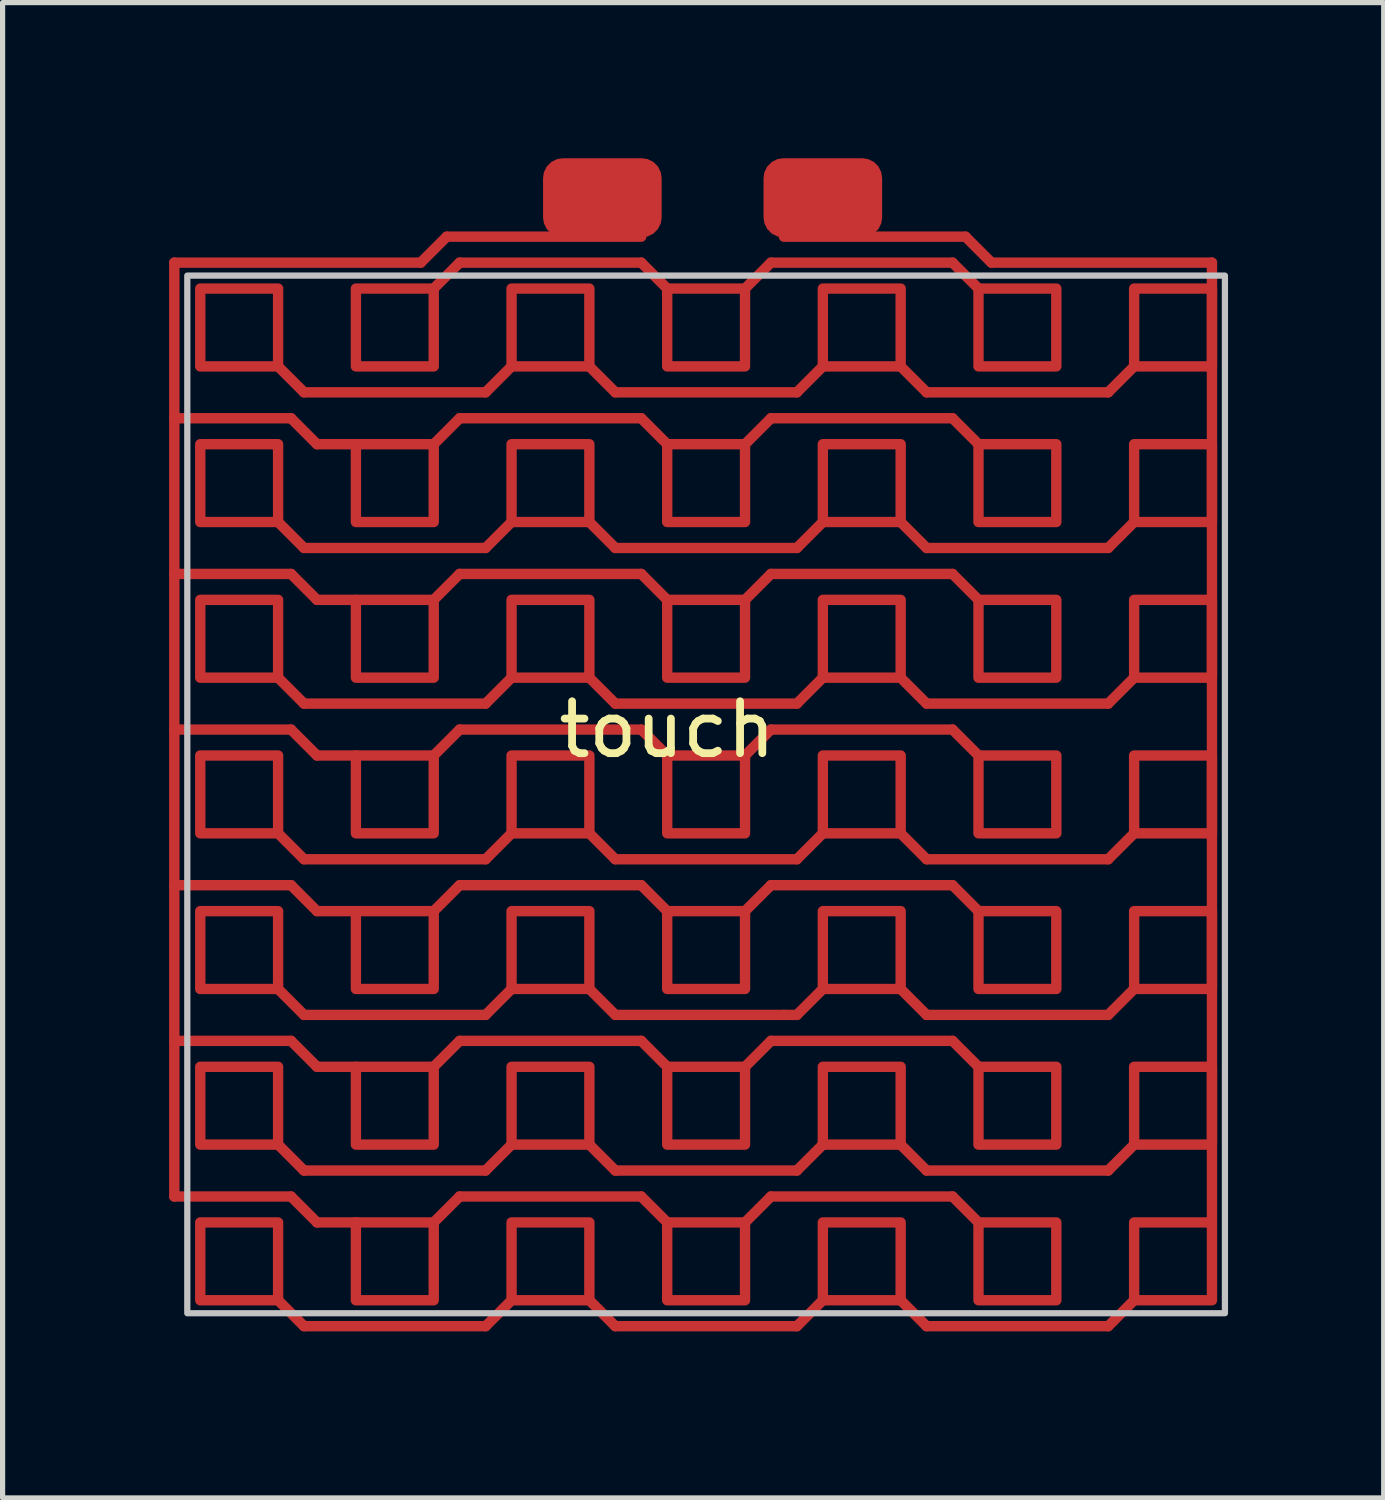
<source format=kicad_pcb>
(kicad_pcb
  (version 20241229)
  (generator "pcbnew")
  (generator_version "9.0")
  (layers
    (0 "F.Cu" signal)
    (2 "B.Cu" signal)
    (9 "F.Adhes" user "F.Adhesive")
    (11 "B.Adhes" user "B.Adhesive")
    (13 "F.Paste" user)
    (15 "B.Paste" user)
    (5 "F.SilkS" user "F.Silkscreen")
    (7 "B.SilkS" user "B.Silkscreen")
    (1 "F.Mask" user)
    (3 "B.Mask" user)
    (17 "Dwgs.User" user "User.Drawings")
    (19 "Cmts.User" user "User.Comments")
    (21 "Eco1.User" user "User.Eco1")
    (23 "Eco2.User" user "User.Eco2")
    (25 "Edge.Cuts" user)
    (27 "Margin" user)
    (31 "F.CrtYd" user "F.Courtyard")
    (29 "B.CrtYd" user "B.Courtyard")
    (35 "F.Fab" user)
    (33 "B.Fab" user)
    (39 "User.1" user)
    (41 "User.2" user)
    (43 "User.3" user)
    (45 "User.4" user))
  (footprint "touch"
    (layer "F.Cu")
    (at 10.56 12.262)
    (property "Reference" "touch" (at -0.75 -1.25 0) (unlocked yes) (layer "F.SilkS") (effects (font (size 1 1) (thickness 0.15))))
    (attr smd)
    (fp_line (start -10.25 -10.25) (end -5.5 -10.25) (stroke (width 0.2) (type solid)) (layer "F.Cu"))
    (fp_line (start -10.25 7.75) (end -10.25 -10.25) (stroke (width 0.2) (type solid)) (layer "F.Cu"))
    (fp_line (start -8.25 -8.25) (end -7.75 -7.75) (stroke (width 0.2) (type solid)) (layer "F.Cu"))
    (fp_line (start -8.25 -5.25) (end -7.75 -4.75) (stroke (width 0.2) (type solid)) (layer "F.Cu"))
    (fp_line (start -8.25 -2.25) (end -7.75 -1.75) (stroke (width 0.2) (type solid)) (layer "F.Cu"))
    (fp_line (start -8.25 0.75) (end -7.75 1.25) (stroke (width 0.2) (type solid)) (layer "F.Cu"))
    (fp_line (start -8.25 3.75) (end -7.75 4.25) (stroke (width 0.2) (type solid)) (layer "F.Cu"))
    (fp_line (start -8.25 6.75) (end -7.75 7.25) (stroke (width 0.2) (type solid)) (layer "F.Cu"))
    (fp_line (start -8.25 9.75) (end -7.75 10.25) (stroke (width 0.2) (type solid)) (layer "F.Cu"))
    (fp_line (start -8 -7.25) (end -10.25 -7.25) (stroke (width 0.2) (type solid)) (layer "F.Cu"))
    (fp_line (start -8 -4.25) (end -10.25 -4.25) (stroke (width 0.2) (type solid)) (layer "F.Cu"))
    (fp_line (start -8 -1.25) (end -10.25 -1.25) (stroke (width 0.2) (type solid)) (layer "F.Cu"))
    (fp_line (start -8 1.75) (end -10.25 1.75) (stroke (width 0.2) (type solid)) (layer "F.Cu"))
    (fp_line (start -8 4.75) (end -10.25 4.75) (stroke (width 0.2) (type solid)) (layer "F.Cu"))
    (fp_line (start -8 7.75) (end -10.25 7.75) (stroke (width 0.2) (type solid)) (layer "F.Cu"))
    (fp_line (start -7.75 -7.75) (end -4.25 -7.75) (stroke (width 0.2) (type solid)) (layer "F.Cu"))
    (fp_line (start -7.75 -4.75) (end -4.25 -4.75) (stroke (width 0.2) (type solid)) (layer "F.Cu"))
    (fp_line (start -7.75 -1.75) (end -4.25 -1.75) (stroke (width 0.2) (type solid)) (layer "F.Cu"))
    (fp_line (start -7.75 1.25) (end -4.25 1.25) (stroke (width 0.2) (type solid)) (layer "F.Cu"))
    (fp_line (start -7.75 4.25) (end -4.25 4.25) (stroke (width 0.2) (type solid)) (layer "F.Cu"))
    (fp_line (start -7.75 7.25) (end -4.25 7.25) (stroke (width 0.2) (type solid)) (layer "F.Cu"))
    (fp_line (start -7.75 10.25) (end -4.25 10.25) (stroke (width 0.2) (type solid)) (layer "F.Cu"))
    (fp_line (start -7.5 -6.75) (end -8 -7.25) (stroke (width 0.2) (type solid)) (layer "F.Cu"))
    (fp_line (start -7.5 -3.75) (end -8 -4.25) (stroke (width 0.2) (type solid)) (layer "F.Cu"))
    (fp_line (start -7.5 -0.75) (end -8 -1.25) (stroke (width 0.2) (type solid)) (layer "F.Cu"))
    (fp_line (start -7.5 2.25) (end -8 1.75) (stroke (width 0.2) (type solid)) (layer "F.Cu"))
    (fp_line (start -7.5 5.25) (end -8 4.75) (stroke (width 0.2) (type solid)) (layer "F.Cu"))
    (fp_line (start -7.5 8.25) (end -8 7.75) (stroke (width 0.2) (type solid)) (layer "F.Cu"))
    (fp_line (start -6.75 -6.75) (end -7.5 -6.75) (stroke (width 0.2) (type solid)) (layer "F.Cu"))
    (fp_line (start -6.75 -3.75) (end -7.5 -3.75) (stroke (width 0.2) (type solid)) (layer "F.Cu"))
    (fp_line (start -6.75 -0.75) (end -7.5 -0.75) (stroke (width 0.2) (type solid)) (layer "F.Cu"))
    (fp_line (start -6.75 2.25) (end -7.5 2.25) (stroke (width 0.2) (type solid)) (layer "F.Cu"))
    (fp_line (start -6.75 5.25) (end -7.5 5.25) (stroke (width 0.2) (type solid)) (layer "F.Cu"))
    (fp_line (start -6.75 8.25) (end -7.5 8.25) (stroke (width 0.2) (type solid)) (layer "F.Cu"))
    (fp_line (start -5.5 -10.25) (end -5 -10.75) (stroke (width 0.2) (type solid)) (layer "F.Cu"))
    (fp_line (start -5.25 -6.75) (end -4.75 -7.25) (stroke (width 0.2) (type solid)) (layer "F.Cu"))
    (fp_line (start -5.25 -3.75) (end -4.75 -4.25) (stroke (width 0.2) (type solid)) (layer "F.Cu"))
    (fp_line (start -5.25 2.25) (end -4.75 1.75) (stroke (width 0.2) (type solid)) (layer "F.Cu"))
    (fp_line (start -5.25 5.25) (end -4.75 4.75) (stroke (width 0.2) (type solid)) (layer "F.Cu"))
    (fp_line (start -5.25 8.25) (end -4.75 7.75) (stroke (width 0.2) (type solid)) (layer "F.Cu"))
    (fp_line (start -5 -10.75) (end -1.25 -10.75) (stroke (width 0.2) (type solid)) (layer "F.Cu"))
    (fp_line (start -4.75 -10.25) (end -5.25 -9.75) (stroke (width 0.2) (type solid)) (layer "F.Cu"))
    (fp_line (start -4.75 -7.25) (end -1.25 -7.25) (stroke (width 0.2) (type solid)) (layer "F.Cu"))
    (fp_line (start -4.75 -4.25) (end -1.25 -4.25) (stroke (width 0.2) (type solid)) (layer "F.Cu"))
    (fp_line (start -4.75 -1.25) (end -5.25 -0.75) (stroke (width 0.2) (type solid)) (layer "F.Cu"))
    (fp_line (start -4.75 4.75) (end -1.25 4.75) (stroke (width 0.2) (type solid)) (layer "F.Cu"))
    (fp_line (start -4.75 7.75) (end -1.25 7.75) (stroke (width 0.2) (type solid)) (layer "F.Cu"))
    (fp_line (start -4.25 -7.75) (end -3.75 -8.25) (stroke (width 0.2) (type solid)) (layer "F.Cu"))
    (fp_line (start -4.25 -4.75) (end -3.75 -5.25) (stroke (width 0.2) (type solid)) (layer "F.Cu"))
    (fp_line (start -4.25 -1.75) (end -3.75 -2.25) (stroke (width 0.2) (type solid)) (layer "F.Cu"))
    (fp_line (start -4.25 1.25) (end -3.75 0.75) (stroke (width 0.2) (type solid)) (layer "F.Cu"))
    (fp_line (start -4.25 4.25) (end -3.75 3.75) (stroke (width 0.2) (type solid)) (layer "F.Cu"))
    (fp_line (start -4.25 7.25) (end -3.75 6.75) (stroke (width 0.2) (type solid)) (layer "F.Cu"))
    (fp_line (start -4.25 10.25) (end -3.75 9.75) (stroke (width 0.2) (type solid)) (layer "F.Cu"))
    (fp_line (start -2.25 -8.25) (end -1.75 -7.75) (stroke (width 0.2) (type solid)) (layer "F.Cu"))
    (fp_line (start -2.25 -5.25) (end -1.75 -4.75) (stroke (width 0.2) (type solid)) (layer "F.Cu"))
    (fp_line (start -2.25 -2.25) (end -1.75 -1.75) (stroke (width 0.2) (type solid)) (layer "F.Cu"))
    (fp_line (start -2.25 0.75) (end -1.75 1.25) (stroke (width 0.2) (type solid)) (layer "F.Cu"))
    (fp_line (start -2.25 3.75) (end -1.75 4.25) (stroke (width 0.2) (type solid)) (layer "F.Cu"))
    (fp_line (start -2.25 6.75) (end -1.75 7.25) (stroke (width 0.2) (type solid)) (layer "F.Cu"))
    (fp_line (start -2.25 9.75) (end -1.75 10.25) (stroke (width 0.2) (type solid)) (layer "F.Cu"))
    (fp_line (start -1.75 -7.75) (end 1.75 -7.75) (stroke (width 0.2) (type solid)) (layer "F.Cu"))
    (fp_line (start -1.75 -4.75) (end 1.75 -4.75) (stroke (width 0.2) (type solid)) (layer "F.Cu"))
    (fp_line (start -1.75 -1.75) (end 1.75 -1.75) (stroke (width 0.2) (type solid)) (layer "F.Cu"))
    (fp_line (start -1.75 1.25) (end 1.75 1.25) (stroke (width 0.2) (type solid)) (layer "F.Cu"))
    (fp_line (start -1.75 4.25) (end 1.5 4.25) (stroke (width 0.2) (type solid)) (layer "F.Cu"))
    (fp_line (start -1.75 7.25) (end 1.75 7.25) (stroke (width 0.2) (type solid)) (layer "F.Cu"))
    (fp_line (start -1.75 10.25) (end 1.75 10.25) (stroke (width 0.2) (type solid)) (layer "F.Cu"))
    (fp_line (start -1.25 -10.25) (end -4.75 -10.25) (stroke (width 0.2) (type solid)) (layer "F.Cu"))
    (fp_line (start -1.25 -4.25) (end -0.75 -3.75) (stroke (width 0.2) (type solid)) (layer "F.Cu"))
    (fp_line (start -1.25 -1.25) (end -4.75 -1.25) (stroke (width 0.2) (type solid)) (layer "F.Cu"))
    (fp_line (start -1.25 1.75) (end -4.75 1.75) (stroke (width 0.2) (type solid)) (layer "F.Cu"))
    (fp_line (start -1.25 4.75) (end -0.75 5.25) (stroke (width 0.2) (type solid)) (layer "F.Cu"))
    (fp_line (start -1.25 7.75) (end -0.75 8.25) (stroke (width 0.2) (type solid)) (layer "F.Cu"))
    (fp_line (start -0.75 -9.75) (end -1.25 -10.25) (stroke (width 0.2) (type solid)) (layer "F.Cu"))
    (fp_line (start -0.75 -6.75) (end -1.25 -7.25) (stroke (width 0.2) (type solid)) (layer "F.Cu"))
    (fp_line (start -0.75 -0.75) (end -1.25 -1.25) (stroke (width 0.2) (type solid)) (layer "F.Cu"))
    (fp_line (start -0.75 2.25) (end -1.25 1.75) (stroke (width 0.2) (type solid)) (layer "F.Cu"))
    (fp_line (start 0.75 -6.75) (end 1.25 -7.25) (stroke (width 0.2) (type solid)) (layer "F.Cu"))
    (fp_line (start 0.75 -3.75) (end 1.25 -4.25) (stroke (width 0.2) (type solid)) (layer "F.Cu"))
    (fp_line (start 0.75 2.25) (end 1.25 1.75) (stroke (width 0.2) (type solid)) (layer "F.Cu"))
    (fp_line (start 0.75 5.25) (end 1.25 4.75) (stroke (width 0.2) (type solid)) (layer "F.Cu"))
    (fp_line (start 0.75 8.25) (end 1.25 7.75) (stroke (width 0.2) (type solid)) (layer "F.Cu"))
    (fp_line (start 1.25 -10.25) (end 0.75 -9.75) (stroke (width 0.2) (type solid)) (layer "F.Cu"))
    (fp_line (start 1.25 -7.25) (end 4.75 -7.25) (stroke (width 0.2) (type solid)) (layer "F.Cu"))
    (fp_line (start 1.25 -4.25) (end 4.75 -4.25) (stroke (width 0.2) (type solid)) (layer "F.Cu"))
    (fp_line (start 1.25 -1.25) (end 0.75 -0.75) (stroke (width 0.2) (type solid)) (layer "F.Cu"))
    (fp_line (start 1.25 4.75) (end 4.75 4.75) (stroke (width 0.2) (type solid)) (layer "F.Cu"))
    (fp_line (start 1.25 7.75) (end 4.75 7.75) (stroke (width 0.2) (type solid)) (layer "F.Cu"))
    (fp_line (start 1.5 4.25) (end 1.75 4.25) (stroke (width 0.2) (type solid)) (layer "F.Cu"))
    (fp_line (start 1.75 -7.75) (end 2.25 -8.25) (stroke (width 0.2) (type solid)) (layer "F.Cu"))
    (fp_line (start 1.75 -4.75) (end 2.25 -5.25) (stroke (width 0.2) (type solid)) (layer "F.Cu"))
    (fp_line (start 1.75 -1.75) (end 2.25 -2.25) (stroke (width 0.2) (type solid)) (layer "F.Cu"))
    (fp_line (start 1.75 1.25) (end 2.25 0.75) (stroke (width 0.2) (type solid)) (layer "F.Cu"))
    (fp_line (start 1.75 4.25) (end 2.25 3.75) (stroke (width 0.2) (type solid)) (layer "F.Cu"))
    (fp_line (start 1.75 7.25) (end 2.25 6.75) (stroke (width 0.2) (type solid)) (layer "F.Cu"))
    (fp_line (start 1.75 10.25) (end 2.25 9.75) (stroke (width 0.2) (type solid)) (layer "F.Cu"))
    (fp_line (start 3.75 -8.25) (end 4.25 -7.75) (stroke (width 0.2) (type solid)) (layer "F.Cu"))
    (fp_line (start 3.75 -5.25) (end 4.25 -4.75) (stroke (width 0.2) (type solid)) (layer "F.Cu"))
    (fp_line (start 3.75 -2.25) (end 4.25 -1.75) (stroke (width 0.2) (type solid)) (layer "F.Cu"))
    (fp_line (start 3.75 0.75) (end 4.25 1.25) (stroke (width 0.2) (type solid)) (layer "F.Cu"))
    (fp_line (start 3.75 3.75) (end 4.25 4.25) (stroke (width 0.2) (type solid)) (layer "F.Cu"))
    (fp_line (start 3.75 6.75) (end 4.25 7.25) (stroke (width 0.2) (type solid)) (layer "F.Cu"))
    (fp_line (start 3.75 9.75) (end 4.25 10.25) (stroke (width 0.2) (type solid)) (layer "F.Cu"))
    (fp_line (start 4.25 -7.75) (end 7.75 -7.75) (stroke (width 0.2) (type solid)) (layer "F.Cu"))
    (fp_line (start 4.25 -4.75) (end 7.75 -4.75) (stroke (width 0.2) (type solid)) (layer "F.Cu"))
    (fp_line (start 4.25 -1.75) (end 7.75 -1.75) (stroke (width 0.2) (type solid)) (layer "F.Cu"))
    (fp_line (start 4.25 1.25) (end 7.75 1.25) (stroke (width 0.2) (type solid)) (layer "F.Cu"))
    (fp_line (start 4.25 4.25) (end 7.75 4.25) (stroke (width 0.2) (type solid)) (layer "F.Cu"))
    (fp_line (start 4.25 7.25) (end 7.75 7.25) (stroke (width 0.2) (type solid)) (layer "F.Cu"))
    (fp_line (start 4.25 10.25) (end 7.75 10.25) (stroke (width 0.2) (type solid)) (layer "F.Cu"))
    (fp_line (start 4.75 -10.25) (end 1.25 -10.25) (stroke (width 0.2) (type solid)) (layer "F.Cu"))
    (fp_line (start 4.75 -7.25) (end 5.25 -6.75) (stroke (width 0.2) (type solid)) (layer "F.Cu"))
    (fp_line (start 4.75 -4.25) (end 5.25 -3.75) (stroke (width 0.2) (type solid)) (layer "F.Cu"))
    (fp_line (start 4.75 -1.25) (end 1.25 -1.25) (stroke (width 0.2) (type solid)) (layer "F.Cu"))
    (fp_line (start 4.75 1.75) (end 1.25 1.75) (stroke (width 0.2) (type solid)) (layer "F.Cu"))
    (fp_line (start 4.75 4.75) (end 5.25 5.25) (stroke (width 0.2) (type solid)) (layer "F.Cu"))
    (fp_line (start 4.75 7.75) (end 5.25 8.25) (stroke (width 0.2) (type solid)) (layer "F.Cu"))
    (fp_line (start 5 -10.75) (end 1.5 -10.75) (stroke (width 0.2) (type solid)) (layer "F.Cu"))
    (fp_line (start 5.25 -9.75) (end 4.75 -10.25) (stroke (width 0.2) (type solid)) (layer "F.Cu"))
    (fp_line (start 5.25 -0.75) (end 4.75 -1.25) (stroke (width 0.2) (type solid)) (layer "F.Cu"))
    (fp_line (start 5.25 2.25) (end 4.75 1.75) (stroke (width 0.2) (type solid)) (layer "F.Cu"))
    (fp_line (start 5.5 -10.25) (end 5 -10.75) (stroke (width 0.2) (type solid)) (layer "F.Cu"))
    (fp_line (start 7.75 -7.75) (end 8.25 -8.25) (stroke (width 0.2) (type solid)) (layer "F.Cu"))
    (fp_line (start 7.75 -4.75) (end 8.25 -5.25) (stroke (width 0.2) (type solid)) (layer "F.Cu"))
    (fp_line (start 7.75 -1.75) (end 8.25 -2.25) (stroke (width 0.2) (type solid)) (layer "F.Cu"))
    (fp_line (start 7.75 1.25) (end 8.25 0.75) (stroke (width 0.2) (type solid)) (layer "F.Cu"))
    (fp_line (start 7.75 4.25) (end 8.25 3.75) (stroke (width 0.2) (type solid)) (layer "F.Cu"))
    (fp_line (start 7.75 7.25) (end 8.25 6.75) (stroke (width 0.2) (type solid)) (layer "F.Cu"))
    (fp_line (start 7.75 10.25) (end 8.25 9.75) (stroke (width 0.2) (type solid)) (layer "F.Cu"))
    (fp_line (start 9.75 -10.25) (end 5.5 -10.25) (stroke (width 0.2) (type solid)) (layer "F.Cu"))
    (fp_line (start 9.75 -9.75) (end 9.75 -10.25) (stroke (width 0.2) (type solid)) (layer "F.Cu"))
    (fp_line (start 9.75 8.25) (end 9.75 -9.75) (stroke (width 0.2) (type solid)) (layer "F.Cu"))
    (fp_rect (start -9.75 -9.75) (end -8.25 -8.25) (stroke (width 0.2) (type solid)) (fill no) (layer "F.Cu"))
    (fp_rect (start -9.75 -6.75) (end -8.25 -5.25) (stroke (width 0.2) (type solid)) (fill no) (layer "F.Cu"))
    (fp_rect (start -9.75 -3.75) (end -8.25 -2.25) (stroke (width 0.2) (type solid)) (fill no) (layer "F.Cu"))
    (fp_rect (start -9.75 -0.75) (end -8.25 0.75) (stroke (width 0.2) (type solid)) (fill no) (layer "F.Cu"))
    (fp_rect (start -9.75 2.25) (end -8.25 3.75) (stroke (width 0.2) (type solid)) (fill no) (layer "F.Cu"))
    (fp_rect (start -9.75 5.25) (end -8.25 6.75) (stroke (width 0.2) (type solid)) (fill no) (layer "F.Cu"))
    (fp_rect (start -9.75 8.25) (end -8.25 9.75) (stroke (width 0.2) (type solid)) (fill no) (layer "F.Cu"))
    (fp_rect (start -6.75 -9.75) (end -5.25 -8.25) (stroke (width 0.2) (type solid)) (fill no) (layer "F.Cu"))
    (fp_rect (start -6.75 -6.75) (end -5.25 -5.25) (stroke (width 0.2) (type solid)) (fill no) (layer "F.Cu"))
    (fp_rect (start -6.75 -3.75) (end -5.25 -2.25) (stroke (width 0.2) (type solid)) (fill no) (layer "F.Cu"))
    (fp_rect (start -6.75 -0.75) (end -5.25 0.75) (stroke (width 0.2) (type solid)) (fill no) (layer "F.Cu"))
    (fp_rect (start -6.75 2.25) (end -5.25 3.75) (stroke (width 0.2) (type solid)) (fill no) (layer "F.Cu"))
    (fp_rect (start -6.75 5.25) (end -5.25 6.75) (stroke (width 0.2) (type solid)) (fill no) (layer "F.Cu"))
    (fp_rect (start -6.75 8.25) (end -5.25 9.75) (stroke (width 0.2) (type solid)) (fill no) (layer "F.Cu"))
    (fp_rect (start -3.75 -9.75) (end -2.25 -8.25) (stroke (width 0.2) (type solid)) (fill no) (layer "F.Cu"))
    (fp_rect (start -3.75 -6.75) (end -2.25 -5.25) (stroke (width 0.2) (type solid)) (fill no) (layer "F.Cu"))
    (fp_rect (start -3.75 -3.75) (end -2.25 -2.25) (stroke (width 0.2) (type solid)) (fill no) (layer "F.Cu"))
    (fp_rect (start -3.75 -0.75) (end -2.25 0.75) (stroke (width 0.2) (type solid)) (fill no) (layer "F.Cu"))
    (fp_rect (start -3.75 2.25) (end -2.25 3.75) (stroke (width 0.2) (type solid)) (fill no) (layer "F.Cu"))
    (fp_rect (start -3.75 5.25) (end -2.25 6.75) (stroke (width 0.2) (type solid)) (fill no) (layer "F.Cu"))
    (fp_rect (start -3.75 8.25) (end -2.25 9.75) (stroke (width 0.2) (type solid)) (fill no) (layer "F.Cu"))
    (fp_rect (start -0.75 -9.75) (end 0.75 -8.25) (stroke (width 0.2) (type solid)) (fill no) (layer "F.Cu"))
    (fp_rect (start -0.75 -6.75) (end 0.75 -5.25) (stroke (width 0.2) (type solid)) (fill no) (layer "F.Cu"))
    (fp_rect (start -0.75 -3.75) (end 0.75 -2.25) (stroke (width 0.2) (type solid)) (fill no) (layer "F.Cu"))
    (fp_rect (start -0.75 -0.75) (end 0.75 0.75) (stroke (width 0.2) (type solid)) (fill no) (layer "F.Cu"))
    (fp_rect (start -0.75 2.25) (end 0.75 3.75) (stroke (width 0.2) (type solid)) (fill no) (layer "F.Cu"))
    (fp_rect (start -0.75 5.25) (end 0.75 6.75) (stroke (width 0.2) (type solid)) (fill no) (layer "F.Cu"))
    (fp_rect (start -0.75 8.25) (end 0.75 9.75) (stroke (width 0.2) (type solid)) (fill no) (layer "F.Cu"))
    (fp_rect (start 2.25 -9.75) (end 3.75 -8.25) (stroke (width 0.2) (type solid)) (fill no) (layer "F.Cu"))
    (fp_rect (start 2.25 -6.75) (end 3.75 -5.25) (stroke (width 0.2) (type solid)) (fill no) (layer "F.Cu"))
    (fp_rect (start 2.25 -3.75) (end 3.75 -2.25) (stroke (width 0.2) (type solid)) (fill no) (layer "F.Cu"))
    (fp_rect (start 2.25 -0.75) (end 3.75 0.75) (stroke (width 0.2) (type solid)) (fill no) (layer "F.Cu"))
    (fp_rect (start 2.25 2.25) (end 3.75 3.75) (stroke (width 0.2) (type solid)) (fill no) (layer "F.Cu"))
    (fp_rect (start 2.25 5.25) (end 3.75 6.75) (stroke (width 0.2) (type solid)) (fill no) (layer "F.Cu"))
    (fp_rect (start 2.25 8.25) (end 3.75 9.75) (stroke (width 0.2) (type solid)) (fill no) (layer "F.Cu"))
    (fp_rect (start 5.25 -9.75) (end 6.75 -8.25) (stroke (width 0.2) (type solid)) (fill no) (layer "F.Cu"))
    (fp_rect (start 5.25 -6.75) (end 6.75 -5.25) (stroke (width 0.2) (type solid)) (fill no) (layer "F.Cu"))
    (fp_rect (start 5.25 -3.75) (end 6.75 -2.25) (stroke (width 0.2) (type solid)) (fill no) (layer "F.Cu"))
    (fp_rect (start 5.25 -0.75) (end 6.75 0.75) (stroke (width 0.2) (type solid)) (fill no) (layer "F.Cu"))
    (fp_rect (start 5.25 2.25) (end 6.75 3.75) (stroke (width 0.2) (type solid)) (fill no) (layer "F.Cu"))
    (fp_rect (start 5.25 5.25) (end 6.75 6.75) (stroke (width 0.2) (type solid)) (fill no) (layer "F.Cu"))
    (fp_rect (start 5.25 8.25) (end 6.75 9.75) (stroke (width 0.2) (type solid)) (fill no) (layer "F.Cu"))
    (fp_rect (start 8.25 -9.75) (end 9.75 -8.25) (stroke (width 0.2) (type solid)) (fill no) (layer "F.Cu"))
    (fp_rect (start 8.25 -6.75) (end 9.75 -5.25) (stroke (width 0.2) (type solid)) (fill no) (layer "F.Cu"))
    (fp_rect (start 8.25 -3.75) (end 9.75 -2.25) (stroke (width 0.2) (type solid)) (fill no) (layer "F.Cu"))
    (fp_rect (start 8.25 -0.75) (end 9.75 0.75) (stroke (width 0.2) (type solid)) (fill no) (layer "F.Cu"))
    (fp_rect (start 8.25 2.25) (end 9.75 3.75) (stroke (width 0.2) (type solid)) (fill no) (layer "F.Cu"))
    (fp_rect (start 8.25 5.25) (end 9.75 6.75) (stroke (width 0.2) (type solid)) (fill no) (layer "F.Cu"))
    (fp_rect (start 8.25 8.25) (end 9.75 9.75) (stroke (width 0.2) (type solid)) (fill no) (layer "F.Cu"))
    (fp_rect (start -10.5 -10.5) (end 10 10.5) (stroke (width 0.12) (type solid)) (fill yes) (layer "F.Mask"))
    (fp_rect (start -10 -10) (end 10 10) (stroke (width 0.12) (type solid)) (fill no) (layer "Dwgs.User"))
    (pad "1" smd roundrect (at -2 -11.5) (size 2.286 1.524) (layers "F.Cu" "F.Mask" "F.Paste") (roundrect_rratio 0.25))
    (pad "2" smd roundrect (at 2.25 -11.5) (size 2.286 1.524) (layers "F.Cu" "F.Mask" "F.Paste") (roundrect_rratio 0.25)))
  (gr_rect
    (start -3 -3)
    (end 23.62 25.822)
    (stroke (width 0.1) (type default))
    (fill no)
    (layer "Edge.Cuts")))
</source>
